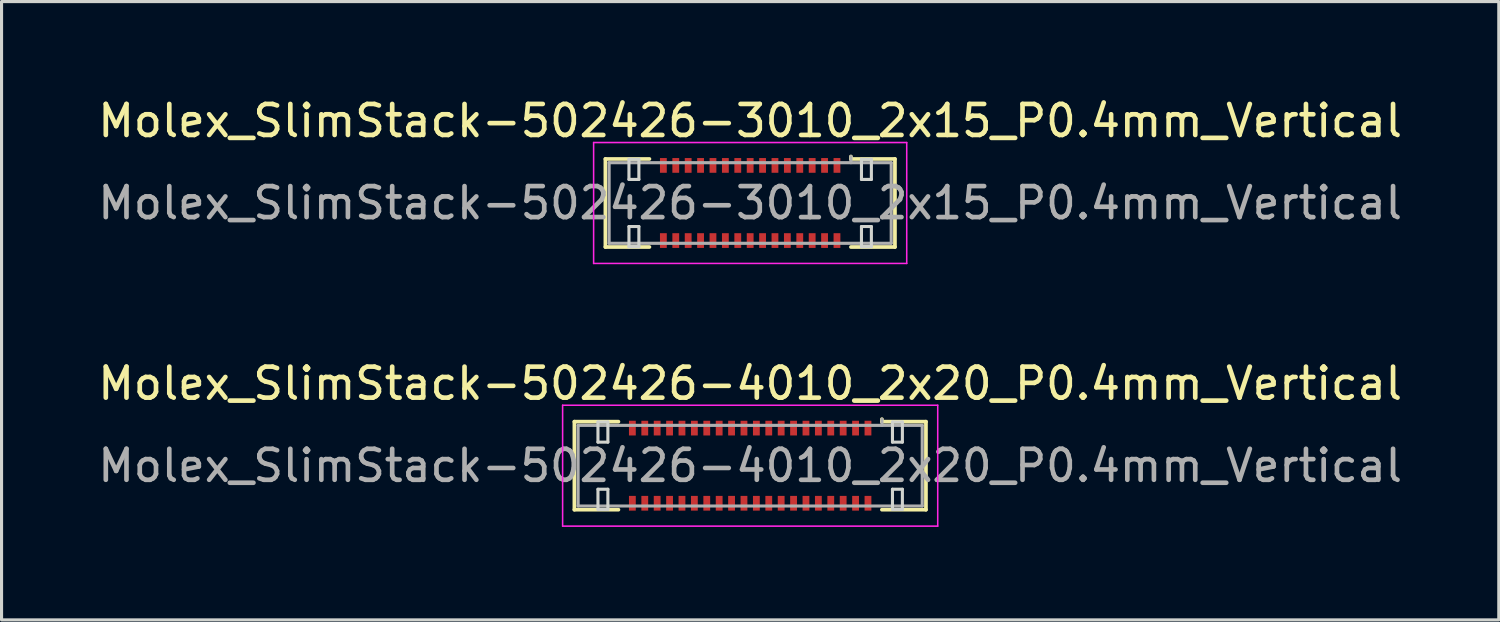
<source format=kicad_pcb>
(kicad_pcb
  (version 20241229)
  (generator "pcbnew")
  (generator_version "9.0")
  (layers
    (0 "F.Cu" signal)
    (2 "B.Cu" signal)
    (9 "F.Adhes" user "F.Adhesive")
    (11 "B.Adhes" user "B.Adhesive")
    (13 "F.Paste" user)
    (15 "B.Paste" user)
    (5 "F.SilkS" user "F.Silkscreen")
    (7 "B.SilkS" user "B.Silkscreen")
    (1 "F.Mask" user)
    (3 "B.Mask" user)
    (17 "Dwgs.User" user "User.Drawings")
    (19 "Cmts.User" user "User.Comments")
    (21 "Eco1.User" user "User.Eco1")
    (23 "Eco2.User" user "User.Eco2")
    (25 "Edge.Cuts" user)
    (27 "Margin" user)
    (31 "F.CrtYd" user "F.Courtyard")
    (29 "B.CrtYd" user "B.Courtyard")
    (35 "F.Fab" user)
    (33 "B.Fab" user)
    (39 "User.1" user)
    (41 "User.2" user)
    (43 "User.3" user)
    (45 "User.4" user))
  (footprint "Molex_SlimStack-502426-3010_2x15_P0.4mm_Vertical"
    (layer "F.Cu")
    (at 21.149 3.498)
    (property "Reference" "Molex_SlimStack-502426-3010_2x15_P0.4mm_Vertical" (at 0 -2.65 0) (layer "F.SilkS") (effects (font (size 1 1) (thickness 0.15))))
    (attr smd)
    (fp_line (start -4.67 -1.42) (end -3.25 -1.42) (stroke (width 0.12) (type solid)) (layer "F.SilkS"))
    (fp_line (start -4.67 1.42) (end -4.67 -1.42) (stroke (width 0.12) (type solid)) (layer "F.SilkS"))
    (fp_line (start -3.25 1.42) (end -4.67 1.42) (stroke (width 0.12) (type solid)) (layer "F.SilkS"))
    (fp_line (start 3.25 -1.42) (end 3.25 -1.5) (stroke (width 0.12) (type solid)) (layer "F.SilkS"))
    (fp_line (start 3.25 1.42) (end 4.67 1.42) (stroke (width 0.12) (type solid)) (layer "F.SilkS"))
    (fp_line (start 4.67 -1.42) (end 3.25 -1.42) (stroke (width 0.12) (type solid)) (layer "F.SilkS"))
    (fp_line (start 4.67 1.42) (end 4.67 -1.42) (stroke (width 0.12) (type solid)) (layer "F.SilkS"))
    (fp_line (start -3.91 -1.41) (end -3.91 -0.76) (stroke (width 0.1) (type solid)) (layer "Edge.Cuts"))
    (fp_line (start -3.91 -0.76) (end -3.59 -0.76) (stroke (width 0.1) (type solid)) (layer "Edge.Cuts"))
    (fp_line (start -3.91 0.76) (end -3.91 1.41) (stroke (width 0.1) (type solid)) (layer "Edge.Cuts"))
    (fp_line (start -3.91 1.41) (end -3.59 1.41) (stroke (width 0.1) (type solid)) (layer "Edge.Cuts"))
    (fp_line (start -3.59 -1.41) (end -3.91 -1.41) (stroke (width 0.1) (type solid)) (layer "Edge.Cuts"))
    (fp_line (start -3.59 -0.76) (end -3.59 -1.41) (stroke (width 0.1) (type solid)) (layer "Edge.Cuts"))
    (fp_line (start -3.59 0.76) (end -3.91 0.76) (stroke (width 0.1) (type solid)) (layer "Edge.Cuts"))
    (fp_line (start -3.59 1.41) (end -3.59 0.76) (stroke (width 0.1) (type solid)) (layer "Edge.Cuts"))
    (fp_line (start 3.59 -1.41) (end 3.59 -0.76) (stroke (width 0.1) (type solid)) (layer "Edge.Cuts"))
    (fp_line (start 3.59 -0.76) (end 3.91 -0.76) (stroke (width 0.1) (type solid)) (layer "Edge.Cuts"))
    (fp_line (start 3.59 0.76) (end 3.59 1.41) (stroke (width 0.1) (type solid)) (layer "Edge.Cuts"))
    (fp_line (start 3.59 1.41) (end 3.91 1.41) (stroke (width 0.1) (type solid)) (layer "Edge.Cuts"))
    (fp_line (start 3.91 -1.41) (end 3.59 -1.41) (stroke (width 0.1) (type solid)) (layer "Edge.Cuts"))
    (fp_line (start 3.91 -0.76) (end 3.91 -1.41) (stroke (width 0.1) (type solid)) (layer "Edge.Cuts"))
    (fp_line (start 3.91 0.76) (end 3.59 0.76) (stroke (width 0.1) (type solid)) (layer "Edge.Cuts"))
    (fp_line (start 3.91 1.41) (end 3.91 0.76) (stroke (width 0.1) (type solid)) (layer "Edge.Cuts"))
    (fp_line (start -5.05 -1.95) (end -5.05 1.95) (stroke (width 0.05) (type solid)) (layer "F.CrtYd"))
    (fp_line (start -5.05 1.95) (end 5.05 1.95) (stroke (width 0.05) (type solid)) (layer "F.CrtYd"))
    (fp_line (start 5.05 -1.95) (end -5.05 -1.95) (stroke (width 0.05) (type solid)) (layer "F.CrtYd"))
    (fp_line (start 5.05 1.95) (end 5.05 -1.95) (stroke (width 0.05) (type solid)) (layer "F.CrtYd"))
    (fp_line (start -4.55 -1.3) (end -4.55 1.3) (stroke (width 0.1) (type solid)) (layer "F.Fab"))
    (fp_line (start -4.55 1.3) (end 4.55 1.3) (stroke (width 0.1) (type solid)) (layer "F.Fab"))
    (fp_line (start 3.25 -1.3) (end 3.25 -1.5) (stroke (width 0.1) (type solid)) (layer "F.Fab"))
    (fp_line (start 4.55 -1.3) (end -4.55 -1.3) (stroke (width 0.1) (type solid)) (layer "F.Fab"))
    (fp_line (start 4.55 1.3) (end 4.55 -1.3) (stroke (width 0.1) (type solid)) (layer "F.Fab"))
    (fp_text user "${REFERENCE}" (at 0 0 0) (layer "F.Fab") (effects (font (size 1 1) (thickness 0.15))))
    (pad "1" smd rect (at 2.8 -1.212) (size 0.22 0.475) (layers "F.Cu" "F.Mask" "F.Paste"))
    (pad "2" smd rect (at 2.8 1.212) (size 0.22 0.475) (layers "F.Cu" "F.Mask" "F.Paste"))
    (pad "3" smd rect (at 2.4 -1.212) (size 0.22 0.475) (layers "F.Cu" "F.Mask" "F.Paste"))
    (pad "4" smd rect (at 2.4 1.212) (size 0.22 0.475) (layers "F.Cu" "F.Mask" "F.Paste"))
    (pad "5" smd rect (at 2 -1.212) (size 0.22 0.475) (layers "F.Cu" "F.Mask" "F.Paste"))
    (pad "6" smd rect (at 2 1.212) (size 0.22 0.475) (layers "F.Cu" "F.Mask" "F.Paste"))
    (pad "7" smd rect (at 1.6 -1.212) (size 0.22 0.475) (layers "F.Cu" "F.Mask" "F.Paste"))
    (pad "8" smd rect (at 1.6 1.212) (size 0.22 0.475) (layers "F.Cu" "F.Mask" "F.Paste"))
    (pad "9" smd rect (at 1.2 -1.212) (size 0.22 0.475) (layers "F.Cu" "F.Mask" "F.Paste"))
    (pad "10" smd rect (at 1.2 1.212) (size 0.22 0.475) (layers "F.Cu" "F.Mask" "F.Paste"))
    (pad "11" smd rect (at 0.8 -1.212) (size 0.22 0.475) (layers "F.Cu" "F.Mask" "F.Paste"))
    (pad "12" smd rect (at 0.8 1.212) (size 0.22 0.475) (layers "F.Cu" "F.Mask" "F.Paste"))
    (pad "13" smd rect (at 0.4 -1.212) (size 0.22 0.475) (layers "F.Cu" "F.Mask" "F.Paste"))
    (pad "14" smd rect (at 0.4 1.212) (size 0.22 0.475) (layers "F.Cu" "F.Mask" "F.Paste"))
    (pad "15" smd rect (at 0 -1.212) (size 0.22 0.475) (layers "F.Cu" "F.Mask" "F.Paste"))
    (pad "16" smd rect (at 0 1.212) (size 0.22 0.475) (layers "F.Cu" "F.Mask" "F.Paste"))
    (pad "17" smd rect (at -0.4 -1.212) (size 0.22 0.475) (layers "F.Cu" "F.Mask" "F.Paste"))
    (pad "18" smd rect (at -0.4 1.212) (size 0.22 0.475) (layers "F.Cu" "F.Mask" "F.Paste"))
    (pad "19" smd rect (at -0.8 -1.212) (size 0.22 0.475) (layers "F.Cu" "F.Mask" "F.Paste"))
    (pad "20" smd rect (at -0.8 1.212) (size 0.22 0.475) (layers "F.Cu" "F.Mask" "F.Paste"))
    (pad "21" smd rect (at -1.2 -1.212) (size 0.22 0.475) (layers "F.Cu" "F.Mask" "F.Paste"))
    (pad "22" smd rect (at -1.2 1.212) (size 0.22 0.475) (layers "F.Cu" "F.Mask" "F.Paste"))
    (pad "23" smd rect (at -1.6 -1.212) (size 0.22 0.475) (layers "F.Cu" "F.Mask" "F.Paste"))
    (pad "24" smd rect (at -1.6 1.212) (size 0.22 0.475) (layers "F.Cu" "F.Mask" "F.Paste"))
    (pad "25" smd rect (at -2 -1.212) (size 0.22 0.475) (layers "F.Cu" "F.Mask" "F.Paste"))
    (pad "26" smd rect (at -2 1.212) (size 0.22 0.475) (layers "F.Cu" "F.Mask" "F.Paste"))
    (pad "27" smd rect (at -2.4 -1.212) (size 0.22 0.475) (layers "F.Cu" "F.Mask" "F.Paste"))
    (pad "28" smd rect (at -2.4 1.212) (size 0.22 0.475) (layers "F.Cu" "F.Mask" "F.Paste"))
    (pad "29" smd rect (at -2.8 -1.212) (size 0.22 0.475) (layers "F.Cu" "F.Mask" "F.Paste"))
    (pad "30" smd rect (at -2.8 1.212) (size 0.22 0.475) (layers "F.Cu" "F.Mask" "F.Paste")))
  (footprint "Molex_SlimStack-502426-4010_2x20_P0.4mm_Vertical"
    (layer "F.Cu")
    (at 21.149 11.972)
    (property "Reference" "Molex_SlimStack-502426-4010_2x20_P0.4mm_Vertical" (at 0 -2.65 0) (layer "F.SilkS") (effects (font (size 1 1) (thickness 0.15))))
    (attr smd)
    (fp_line (start -5.67 -1.42) (end -4.25 -1.42) (stroke (width 0.12) (type solid)) (layer "F.SilkS"))
    (fp_line (start -5.67 1.42) (end -5.67 -1.42) (stroke (width 0.12) (type solid)) (layer "F.SilkS"))
    (fp_line (start -4.25 1.42) (end -5.67 1.42) (stroke (width 0.12) (type solid)) (layer "F.SilkS"))
    (fp_line (start 4.25 -1.42) (end 4.25 -1.5) (stroke (width 0.12) (type solid)) (layer "F.SilkS"))
    (fp_line (start 4.25 1.42) (end 5.67 1.42) (stroke (width 0.12) (type solid)) (layer "F.SilkS"))
    (fp_line (start 5.67 -1.42) (end 4.25 -1.42) (stroke (width 0.12) (type solid)) (layer "F.SilkS"))
    (fp_line (start 5.67 1.42) (end 5.67 -1.42) (stroke (width 0.12) (type solid)) (layer "F.SilkS"))
    (fp_line (start -4.91 -1.41) (end -4.91 -0.76) (stroke (width 0.1) (type solid)) (layer "Edge.Cuts"))
    (fp_line (start -4.91 -0.76) (end -4.59 -0.76) (stroke (width 0.1) (type solid)) (layer "Edge.Cuts"))
    (fp_line (start -4.91 0.76) (end -4.91 1.41) (stroke (width 0.1) (type solid)) (layer "Edge.Cuts"))
    (fp_line (start -4.91 1.41) (end -4.59 1.41) (stroke (width 0.1) (type solid)) (layer "Edge.Cuts"))
    (fp_line (start -4.59 -1.41) (end -4.91 -1.41) (stroke (width 0.1) (type solid)) (layer "Edge.Cuts"))
    (fp_line (start -4.59 -0.76) (end -4.59 -1.41) (stroke (width 0.1) (type solid)) (layer "Edge.Cuts"))
    (fp_line (start -4.59 0.76) (end -4.91 0.76) (stroke (width 0.1) (type solid)) (layer "Edge.Cuts"))
    (fp_line (start -4.59 1.41) (end -4.59 0.76) (stroke (width 0.1) (type solid)) (layer "Edge.Cuts"))
    (fp_line (start 4.59 -1.41) (end 4.59 -0.76) (stroke (width 0.1) (type solid)) (layer "Edge.Cuts"))
    (fp_line (start 4.59 -0.76) (end 4.91 -0.76) (stroke (width 0.1) (type solid)) (layer "Edge.Cuts"))
    (fp_line (start 4.59 0.76) (end 4.59 1.41) (stroke (width 0.1) (type solid)) (layer "Edge.Cuts"))
    (fp_line (start 4.59 1.41) (end 4.91 1.41) (stroke (width 0.1) (type solid)) (layer "Edge.Cuts"))
    (fp_line (start 4.91 -1.41) (end 4.59 -1.41) (stroke (width 0.1) (type solid)) (layer "Edge.Cuts"))
    (fp_line (start 4.91 -0.76) (end 4.91 -1.41) (stroke (width 0.1) (type solid)) (layer "Edge.Cuts"))
    (fp_line (start 4.91 0.76) (end 4.59 0.76) (stroke (width 0.1) (type solid)) (layer "Edge.Cuts"))
    (fp_line (start 4.91 1.41) (end 4.91 0.76) (stroke (width 0.1) (type solid)) (layer "Edge.Cuts"))
    (fp_line (start -6.05 -1.95) (end -6.05 1.95) (stroke (width 0.05) (type solid)) (layer "F.CrtYd"))
    (fp_line (start -6.05 1.95) (end 6.05 1.95) (stroke (width 0.05) (type solid)) (layer "F.CrtYd"))
    (fp_line (start 6.05 -1.95) (end -6.05 -1.95) (stroke (width 0.05) (type solid)) (layer "F.CrtYd"))
    (fp_line (start 6.05 1.95) (end 6.05 -1.95) (stroke (width 0.05) (type solid)) (layer "F.CrtYd"))
    (fp_line (start -5.55 -1.3) (end -5.55 1.3) (stroke (width 0.1) (type solid)) (layer "F.Fab"))
    (fp_line (start -5.55 1.3) (end 5.55 1.3) (stroke (width 0.1) (type solid)) (layer "F.Fab"))
    (fp_line (start 4.25 -1.3) (end 4.25 -1.5) (stroke (width 0.1) (type solid)) (layer "F.Fab"))
    (fp_line (start 5.55 -1.3) (end -5.55 -1.3) (stroke (width 0.1) (type solid)) (layer "F.Fab"))
    (fp_line (start 5.55 1.3) (end 5.55 -1.3) (stroke (width 0.1) (type solid)) (layer "F.Fab"))
    (fp_text user "${REFERENCE}" (at 0 0 0) (layer "F.Fab") (effects (font (size 1 1) (thickness 0.15))))
    (pad "1" smd rect (at 3.8 -1.212) (size 0.22 0.475) (layers "F.Cu" "F.Mask" "F.Paste"))
    (pad "2" smd rect (at 3.8 1.212) (size 0.22 0.475) (layers "F.Cu" "F.Mask" "F.Paste"))
    (pad "3" smd rect (at 3.4 -1.212) (size 0.22 0.475) (layers "F.Cu" "F.Mask" "F.Paste"))
    (pad "4" smd rect (at 3.4 1.212) (size 0.22 0.475) (layers "F.Cu" "F.Mask" "F.Paste"))
    (pad "5" smd rect (at 3 -1.212) (size 0.22 0.475) (layers "F.Cu" "F.Mask" "F.Paste"))
    (pad "6" smd rect (at 3 1.212) (size 0.22 0.475) (layers "F.Cu" "F.Mask" "F.Paste"))
    (pad "7" smd rect (at 2.6 -1.212) (size 0.22 0.475) (layers "F.Cu" "F.Mask" "F.Paste"))
    (pad "8" smd rect (at 2.6 1.212) (size 0.22 0.475) (layers "F.Cu" "F.Mask" "F.Paste"))
    (pad "9" smd rect (at 2.2 -1.212) (size 0.22 0.475) (layers "F.Cu" "F.Mask" "F.Paste"))
    (pad "10" smd rect (at 2.2 1.212) (size 0.22 0.475) (layers "F.Cu" "F.Mask" "F.Paste"))
    (pad "11" smd rect (at 1.8 -1.212) (size 0.22 0.475) (layers "F.Cu" "F.Mask" "F.Paste"))
    (pad "12" smd rect (at 1.8 1.212) (size 0.22 0.475) (layers "F.Cu" "F.Mask" "F.Paste"))
    (pad "13" smd rect (at 1.4 -1.212) (size 0.22 0.475) (layers "F.Cu" "F.Mask" "F.Paste"))
    (pad "14" smd rect (at 1.4 1.212) (size 0.22 0.475) (layers "F.Cu" "F.Mask" "F.Paste"))
    (pad "15" smd rect (at 1 -1.212) (size 0.22 0.475) (layers "F.Cu" "F.Mask" "F.Paste"))
    (pad "16" smd rect (at 1 1.212) (size 0.22 0.475) (layers "F.Cu" "F.Mask" "F.Paste"))
    (pad "17" smd rect (at 0.6 -1.212) (size 0.22 0.475) (layers "F.Cu" "F.Mask" "F.Paste"))
    (pad "18" smd rect (at 0.6 1.212) (size 0.22 0.475) (layers "F.Cu" "F.Mask" "F.Paste"))
    (pad "19" smd rect (at 0.2 -1.212) (size 0.22 0.475) (layers "F.Cu" "F.Mask" "F.Paste"))
    (pad "20" smd rect (at 0.2 1.212) (size 0.22 0.475) (layers "F.Cu" "F.Mask" "F.Paste"))
    (pad "21" smd rect (at -0.2 -1.212) (size 0.22 0.475) (layers "F.Cu" "F.Mask" "F.Paste"))
    (pad "22" smd rect (at -0.2 1.212) (size 0.22 0.475) (layers "F.Cu" "F.Mask" "F.Paste"))
    (pad "23" smd rect (at -0.6 -1.212) (size 0.22 0.475) (layers "F.Cu" "F.Mask" "F.Paste"))
    (pad "24" smd rect (at -0.6 1.212) (size 0.22 0.475) (layers "F.Cu" "F.Mask" "F.Paste"))
    (pad "25" smd rect (at -1 -1.212) (size 0.22 0.475) (layers "F.Cu" "F.Mask" "F.Paste"))
    (pad "26" smd rect (at -1 1.212) (size 0.22 0.475) (layers "F.Cu" "F.Mask" "F.Paste"))
    (pad "27" smd rect (at -1.4 -1.212) (size 0.22 0.475) (layers "F.Cu" "F.Mask" "F.Paste"))
    (pad "28" smd rect (at -1.4 1.212) (size 0.22 0.475) (layers "F.Cu" "F.Mask" "F.Paste"))
    (pad "29" smd rect (at -1.8 -1.212) (size 0.22 0.475) (layers "F.Cu" "F.Mask" "F.Paste"))
    (pad "30" smd rect (at -1.8 1.212) (size 0.22 0.475) (layers "F.Cu" "F.Mask" "F.Paste"))
    (pad "31" smd rect (at -2.2 -1.212) (size 0.22 0.475) (layers "F.Cu" "F.Mask" "F.Paste"))
    (pad "32" smd rect (at -2.2 1.212) (size 0.22 0.475) (layers "F.Cu" "F.Mask" "F.Paste"))
    (pad "33" smd rect (at -2.6 -1.212) (size 0.22 0.475) (layers "F.Cu" "F.Mask" "F.Paste"))
    (pad "34" smd rect (at -2.6 1.212) (size 0.22 0.475) (layers "F.Cu" "F.Mask" "F.Paste"))
    (pad "35" smd rect (at -3 -1.212) (size 0.22 0.475) (layers "F.Cu" "F.Mask" "F.Paste"))
    (pad "36" smd rect (at -3 1.212) (size 0.22 0.475) (layers "F.Cu" "F.Mask" "F.Paste"))
    (pad "37" smd rect (at -3.4 -1.212) (size 0.22 0.475) (layers "F.Cu" "F.Mask" "F.Paste"))
    (pad "38" smd rect (at -3.4 1.212) (size 0.22 0.475) (layers "F.Cu" "F.Mask" "F.Paste"))
    (pad "39" smd rect (at -3.8 -1.212) (size 0.22 0.475) (layers "F.Cu" "F.Mask" "F.Paste"))
    (pad "40" smd rect (at -3.8 1.212) (size 0.22 0.475) (layers "F.Cu" "F.Mask" "F.Paste")))
  (gr_rect
    (start -3 -3)
    (end 45.298 16.947)
    (stroke (width 0.1) (type default))
    (fill no)
    (layer "Edge.Cuts")))
</source>
